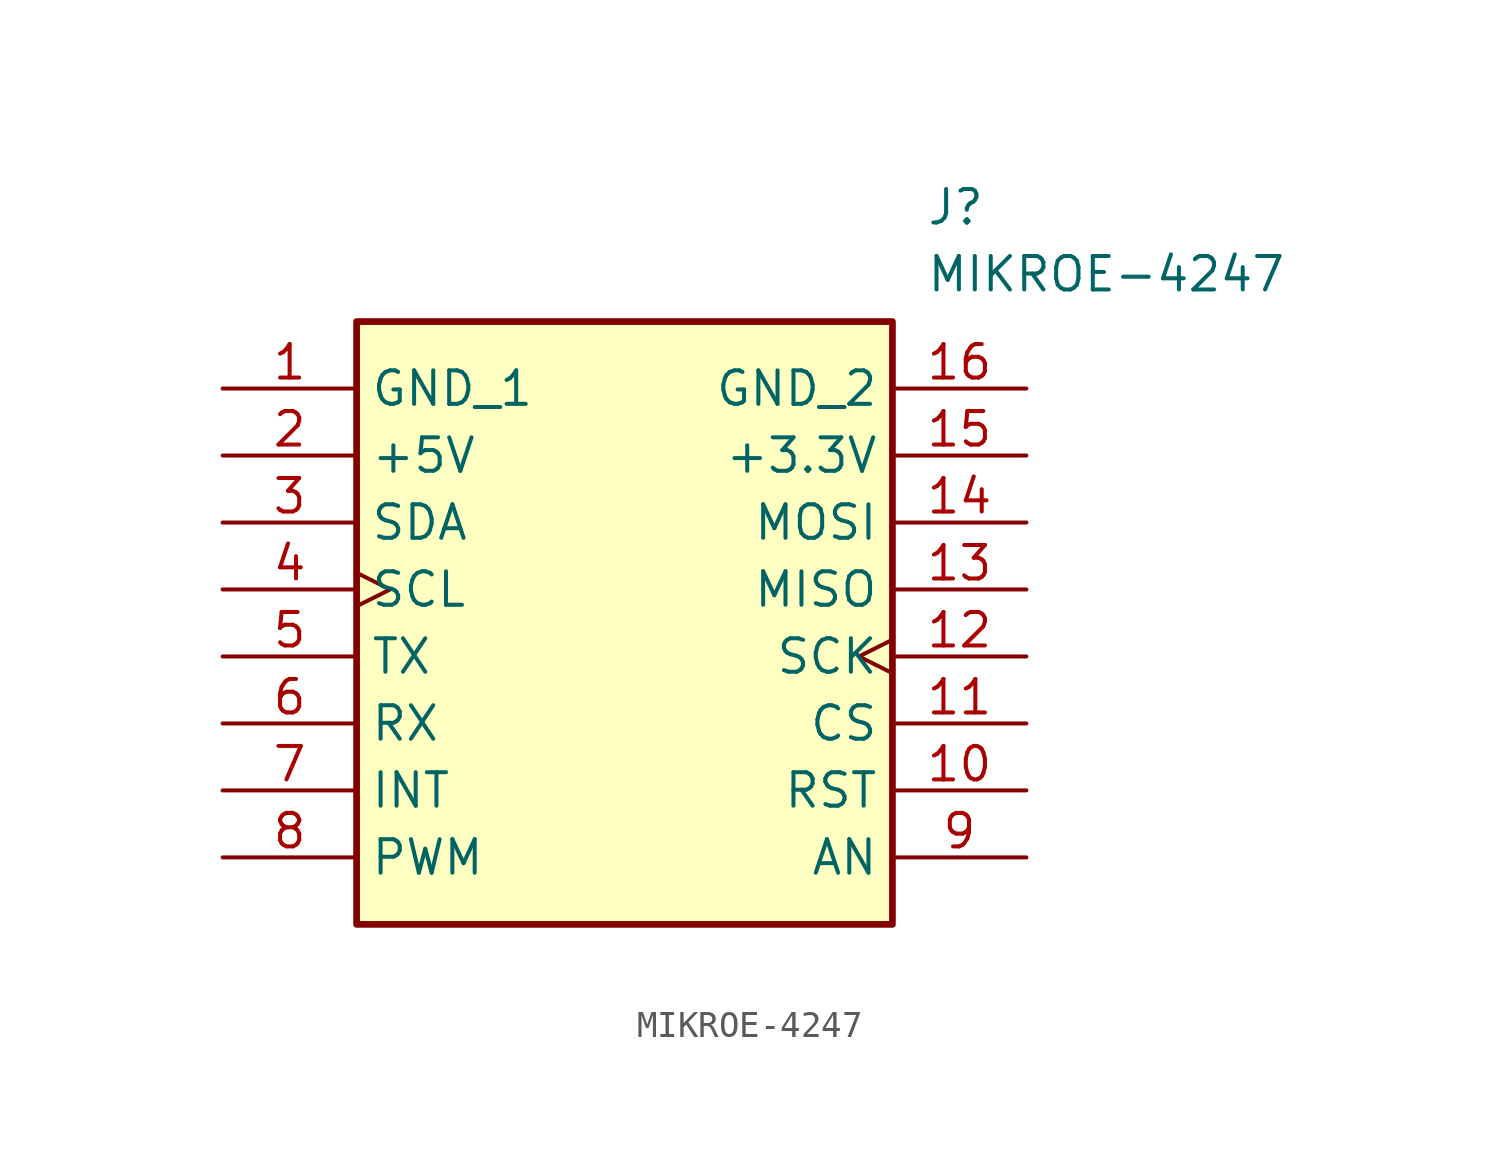
<source format=kicad_sym>
(kicad_symbol_lib
  (version 20241209)
  (generator "kicad_symbol_editor")
  (generator_version "9.0")
  (symbol "MIKROE-4247"
    (property "Reference" "J"
      (at 26.67 7.62 0)
      (effects (font (size 1.27 1.27)) (justify left top)))
    (property "Value" "MIKROE-4247"
      (at 26.67 5.08 0)
      (effects (font (size 1.27 1.27)) (justify left top)))
    (symbol "MIKROE-4247_1_1"
      (rectangle (start 5.08 2.54) (end 25.4 -20.32) (stroke (width 0.254) (type default)) (fill (type background)))
      (pin power_out line (at 0 0 0) (length 5.08) (name "GND_1" (effects (font (size 1.27 1.27)))) (number "1" (effects (font (size 1.27 1.27)))))
      (pin power_out line (at 0 -2.54 0) (length 5.08) (name "+5V" (effects (font (size 1.27 1.27)))) (number "2" (effects (font (size 1.27 1.27)))))
      (pin open_collector line (at 0 -5.08 0) (length 5.08) (name "SDA" (effects (font (size 1.27 1.27)))) (number "3" (effects (font (size 1.27 1.27)))))
      (pin open_collector clock (at 0 -7.62 0) (length 5.08) (name "SCL" (effects (font (size 1.27 1.27)))) (number "4" (effects (font (size 1.27 1.27)))))
      (pin output line (at 0 -10.16 0) (length 5.08) (name "TX" (effects (font (size 1.27 1.27)))) (number "5" (effects (font (size 1.27 1.27)))))
      (pin input line (at 0 -12.7 0) (length 5.08) (name "RX" (effects (font (size 1.27 1.27)))) (number "6" (effects (font (size 1.27 1.27)))))
      (pin bidirectional line (at 0 -15.24 0) (length 5.08) (name "INT" (effects (font (size 1.27 1.27)))) (number "7" (effects (font (size 1.27 1.27)))))
      (pin output line (at 0 -17.78 0) (length 5.08) (name "PWM" (effects (font (size 1.27 1.27)))) (number "8" (effects (font (size 1.27 1.27)))))
      (pin power_out line (at 30.48 0 180) (length 5.08) (name "GND_2" (effects (font (size 1.27 1.27)))) (number "16" (effects (font (size 1.27 1.27)))))
      (pin power_out line (at 30.48 -2.54 180) (length 5.08) (name "+3.3V" (effects (font (size 1.27 1.27)))) (number "15" (effects (font (size 1.27 1.27)))))
      (pin output line (at 30.48 -5.08 180) (length 5.08) (name "MOSI" (effects (font (size 1.27 1.27)))) (number "14" (effects (font (size 1.27 1.27)))))
      (pin input line (at 30.48 -7.62 180) (length 5.08) (name "MISO" (effects (font (size 1.27 1.27)))) (number "13" (effects (font (size 1.27 1.27)))))
      (pin output clock (at 30.48 -10.16 180) (length 5.08) (name "SCK" (effects (font (size 1.27 1.27)))) (number "12" (effects (font (size 1.27 1.27)))))
      (pin output line (at 30.48 -12.7 180) (length 5.08) (name "CS" (effects (font (size 1.27 1.27)))) (number "11" (effects (font (size 1.27 1.27)))))
      (pin output line (at 30.48 -15.24 180) (length 5.08) (name "RST" (effects (font (size 1.27 1.27)))) (number "10" (effects (font (size 1.27 1.27)))))
      (pin input line (at 30.48 -17.78 180) (length 5.08) (name "AN" (effects (font (size 1.27 1.27)))) (number "9" (effects (font (size 1.27 1.27)))) (alternate "PB" bidirectional line)))))
</source>
